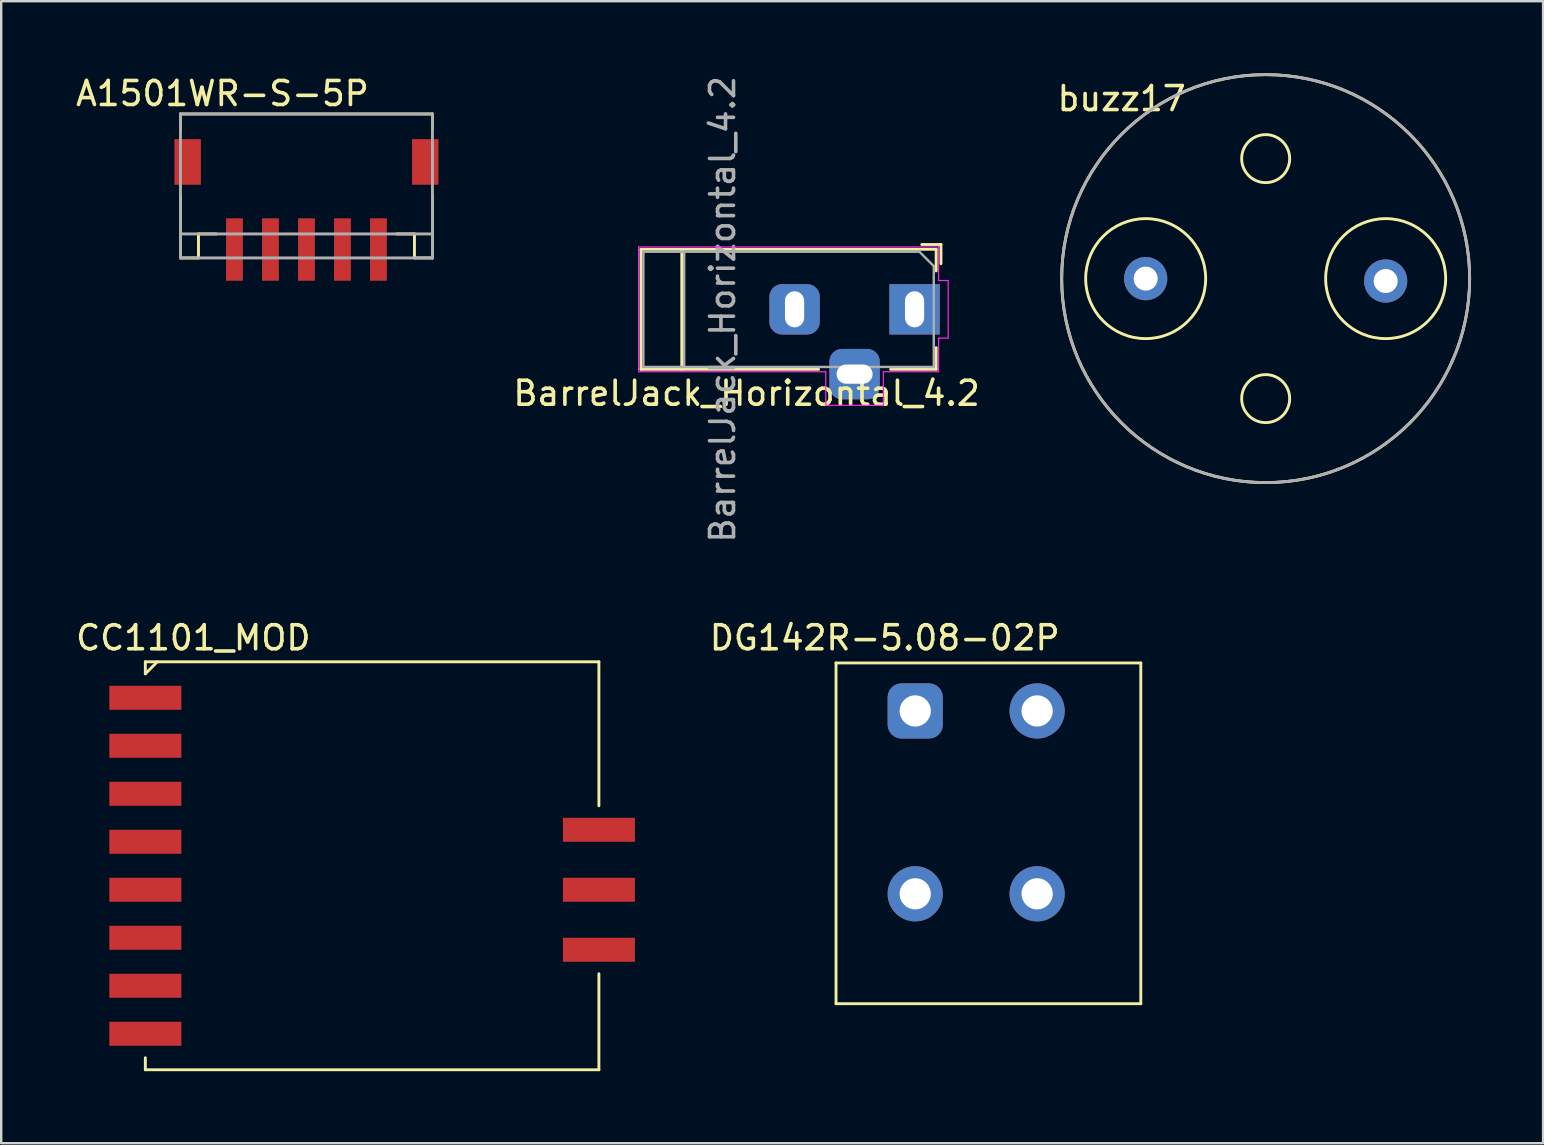
<source format=kicad_pcb>
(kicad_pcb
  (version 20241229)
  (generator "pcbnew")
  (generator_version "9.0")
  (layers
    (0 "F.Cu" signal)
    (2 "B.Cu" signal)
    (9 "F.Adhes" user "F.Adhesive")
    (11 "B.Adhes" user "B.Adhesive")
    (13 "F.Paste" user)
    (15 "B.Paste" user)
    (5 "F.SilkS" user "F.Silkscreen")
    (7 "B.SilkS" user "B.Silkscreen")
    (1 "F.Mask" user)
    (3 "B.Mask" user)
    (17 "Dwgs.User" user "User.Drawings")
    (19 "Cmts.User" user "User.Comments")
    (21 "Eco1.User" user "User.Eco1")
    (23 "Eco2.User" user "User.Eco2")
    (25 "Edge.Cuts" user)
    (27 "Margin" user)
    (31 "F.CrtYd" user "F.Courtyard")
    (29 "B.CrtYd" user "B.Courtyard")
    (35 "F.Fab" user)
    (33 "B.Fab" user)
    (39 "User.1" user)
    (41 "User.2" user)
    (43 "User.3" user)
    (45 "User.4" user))
  (footprint "DG142R-5.08-02P"
    (layer "F.Cu")
    (at 35.087 26.575)
    (property "Reference" "DG142R-5.08-02P" (at -1.27 -3.048 0) (layer "F.SilkS") (effects (font (size 1 1) (thickness 0.15))))
    (attr through_hole)
    (fp_line (start -3.3 -2) (end -3.3 12.2) (stroke (width 0.12) (type solid)) (layer "F.SilkS"))
    (fp_line (start -3.3 -2) (end 9.4 -2) (stroke (width 0.12) (type solid)) (layer "F.SilkS"))
    (fp_line (start -3.3 12.2) (end 9.4 12.2) (stroke (width 0.12) (type solid)) (layer "F.SilkS"))
    (fp_line (start 9.4 12.2) (end 9.4 -2) (stroke (width 0.12) (type solid)) (layer "F.SilkS"))
    (pad "1" thru_hole roundrect (at 0 0) (size 2.3 2.3) (drill 1.3) (layers "*.Cu" "*.Mask") (roundrect_rratio 0.25))
    (pad "1" thru_hole circle (at 0 7.62) (size 2.3 2.3) (drill 1.3) (layers "*.Cu" "*.Mask"))
    (pad "2" thru_hole circle (at 5.08 0) (size 2.3 2.3) (drill 1.3) (layers "*.Cu" "*.Mask"))
    (pad "2" thru_hole circle (at 5.08 7.62) (size 2.3 2.3) (drill 1.3) (layers "*.Cu" "*.Mask")))
  (footprint "CC1101_MOD"
    (layer "F.Cu")
    (at 3.006 24.527)
    (property "Reference" "CC1101_MOD" (at 2 -1 0) (layer "F.SilkS") (effects (font (size 1 1) (thickness 0.15))))
    (attr through_hole)
    (fp_line (start 0 0) (end 18.9 0) (stroke (width 0.12) (type solid)) (layer "F.SilkS"))
    (fp_line (start 0 0.5) (end 0 0) (stroke (width 0.12) (type solid)) (layer "F.SilkS"))
    (fp_line (start 0 0.5) (end 0.5 0) (stroke (width 0.12) (type solid)) (layer "F.SilkS"))
    (fp_line (start 0 17) (end 0 16.5) (stroke (width 0.12) (type solid)) (layer "F.SilkS"))
    (fp_line (start 0 17) (end 18.9 17) (stroke (width 0.12) (type solid)) (layer "F.SilkS"))
    (fp_line (start 18.9 0) (end 18.9 6) (stroke (width 0.12) (type solid)) (layer "F.SilkS"))
    (fp_line (start 18.9 17) (end 18.9 13) (stroke (width 0.12) (type solid)) (layer "F.SilkS"))
    (pad "1" smd rect (at 0 1.5) (size 3 1) (layers "F.Cu" "F.Mask" "F.Paste"))
    (pad "2" smd rect (at 0 3.5) (size 3 1) (layers "F.Cu" "F.Mask" "F.Paste"))
    (pad "3" smd rect (at 0 5.5) (size 3 1) (layers "F.Cu" "F.Mask" "F.Paste"))
    (pad "4" smd rect (at 0 7.5) (size 3 1) (layers "F.Cu" "F.Mask" "F.Paste"))
    (pad "5" smd rect (at 0 9.5) (size 3 1) (layers "F.Cu" "F.Mask" "F.Paste"))
    (pad "6" smd rect (at 0 11.5) (size 3 1) (layers "F.Cu" "F.Mask" "F.Paste"))
    (pad "7" smd rect (at 0 13.5) (size 3 1) (layers "F.Cu" "F.Mask" "F.Paste"))
    (pad "8" smd rect (at 0 15.5) (size 3 1) (layers "F.Cu" "F.Mask" "F.Paste"))
    (pad "9" smd rect (at 18.9 12) (size 3 1) (layers "F.Cu" "F.Mask" "F.Paste"))
    (pad "10" smd rect (at 18.9 9.5) (size 3 1) (layers "F.Cu" "F.Mask" "F.Paste"))
    (pad "11" smd rect (at 18.9 7) (size 3 1) (layers "F.Cu" "F.Mask" "F.Paste")))
  (footprint "A1501WR-S-5P"
    (layer "F.Cu")
    (at 9.72 7.348)
    (property "Reference" "A1501WR-S-5P" (at -3.5 -6.5 0) (layer "F.SilkS") (effects (font (size 1 1) (thickness 0.15))))
    (attr through_hole)
    (fp_line (start -5.25 -5.65) (end -5.25 -5) (stroke (width 0.12) (type solid)) (layer "F.SilkS"))
    (fp_line (start -5.25 -2.25) (end -5.25 0.35) (stroke (width 0.12) (type solid)) (layer "F.SilkS"))
    (fp_line (start -5.25 0.35) (end -4.5 0.35) (stroke (width 0.12) (type solid)) (layer "F.SilkS"))
    (fp_line (start -4.5 -0.65) (end -4.5 0.35) (stroke (width 0.12) (type solid)) (layer "F.SilkS"))
    (fp_line (start -3.75 -0.65) (end -4.5 -0.65) (stroke (width 0.12) (type solid)) (layer "F.SilkS"))
    (fp_line (start 4.5 -0.65) (end 3.75 -0.65) (stroke (width 0.12) (type solid)) (layer "F.SilkS"))
    (fp_line (start 4.5 -0.65) (end 4.5 0.35) (stroke (width 0.12) (type solid)) (layer "F.SilkS"))
    (fp_line (start 5.25 -5.65) (end -5.25 -5.65) (stroke (width 0.12) (type solid)) (layer "F.SilkS"))
    (fp_line (start 5.25 -5) (end 5.25 -5.65) (stroke (width 0.12) (type solid)) (layer "F.SilkS"))
    (fp_line (start 5.25 0.35) (end 4.5 0.35) (stroke (width 0.12) (type solid)) (layer "F.SilkS"))
    (fp_line (start 5.25 0.35) (end 5.25 -2.25) (stroke (width 0.12) (type solid)) (layer "F.SilkS"))
    (fp_line (start -5.25 -5.65) (end -5.25 -0.65) (stroke (width 0.12) (type solid)) (layer "F.Fab"))
    (fp_line (start -5.25 -5.65) (end 5.25 -5.65) (stroke (width 0.12) (type solid)) (layer "F.Fab"))
    (fp_line (start -5.25 -0.65) (end -5.25 0.35) (stroke (width 0.12) (type solid)) (layer "F.Fab"))
    (fp_line (start -5.25 -0.65) (end 5.25 -0.65) (stroke (width 0.12) (type solid)) (layer "F.Fab"))
    (fp_line (start -5.25 0.35) (end 5.25 0.35) (stroke (width 0.12) (type solid)) (layer "F.Fab"))
    (fp_line (start 5.25 -5.65) (end 5.25 -0.65) (stroke (width 0.12) (type solid)) (layer "F.Fab"))
    (fp_line (start 5.25 -0.65) (end 5.25 0.35) (stroke (width 0.12) (type solid)) (layer "F.Fab"))
    (pad "1" smd rect (at -3 0) (size 0.7 2.6) (layers "F.Cu" "F.Mask" "F.Paste"))
    (pad "2" smd rect (at -1.5 0) (size 0.7 2.6) (layers "F.Cu" "F.Mask" "F.Paste"))
    (pad "3" smd rect (at 0 0) (size 0.7 2.6) (layers "F.Cu" "F.Mask" "F.Paste"))
    (pad "4" smd rect (at 1.5 0) (size 0.7 2.6) (layers "F.Cu" "F.Mask" "F.Paste"))
    (pad "5" smd rect (at 3 0) (size 0.7 2.6) (layers "F.Cu" "F.Mask" "F.Paste"))
    (pad "6" smd rect (at -4.95 -3.65) (size 1.1 1.9) (layers "F.Cu" "F.Mask" "F.Paste"))
    (pad "6" smd rect (at 4.95 -3.65) (size 1.1 1.9) (layers "F.Cu" "F.Mask" "F.Paste")))
  (footprint "buzz17"
    (layer "F.Cu")
    (at 49.69 8.56)
    (property "Reference" "buzz17" (at -6 -7.5 0) (layer "F.SilkS") (effects (font (size 1 1) (thickness 0.15))))
    (attr through_hole)
    (fp_circle (center -5 0) (end -2.5 0) (stroke (width 0.12) (type solid)) (fill no) (layer "F.SilkS"))
    (fp_circle (center 0 -5) (end 1 -5) (stroke (width 0.12) (type solid)) (fill no) (layer "F.SilkS"))
    (fp_circle (center 0 0) (end 8.5 0) (stroke (width 0.12) (type solid)) (fill no) (layer "F.SilkS"))
    (fp_circle (center 0 5) (end 1 5) (stroke (width 0.12) (type solid)) (fill no) (layer "F.SilkS"))
    (fp_circle (center 5 0) (end 7.5 0) (stroke (width 0.12) (type solid)) (fill no) (layer "F.SilkS"))
    (fp_circle (center 0 0) (end 8.5 0) (stroke (width 0.12) (type solid)) (fill no) (layer "F.Fab"))
    (pad "1" thru_hole circle (at -5 0) (size 1.8 1.8) (drill 1) (layers "*.Cu" "*.Mask"))
    (pad "2" thru_hole circle (at 5 0.1) (size 1.8 1.8) (drill 1) (layers "*.Cu" "*.Mask")))
  (footprint "BarrelJack_Horizontal_4.2"
    (layer "F.Cu")
    (at 35.06 9.839)
    (property "Reference" "BarrelJack_Horizontal_4.2" (at -7 3.5 0) (layer "F.SilkS") (effects (font (size 1 1) (thickness 0.15))))
    (attr through_hole)
    (fp_line (start -11.4 -2.5) (end 0.9 -2.5) (stroke (width 0.12) (type solid)) (layer "F.SilkS"))
    (fp_line (start -11.4 2.5) (end -11.4 -2.5) (stroke (width 0.12) (type solid)) (layer "F.SilkS"))
    (fp_line (start -9.7 2.5) (end -9.7 -2.5) (stroke (width 0.12) (type solid)) (layer "F.SilkS"))
    (fp_line (start -4 2.5) (end -11.4 2.5) (stroke (width 0.12) (type solid)) (layer "F.SilkS"))
    (fp_line (start 0.9 -2.5) (end 0.9 -1.6) (stroke (width 0.12) (type solid)) (layer "F.SilkS"))
    (fp_line (start 0.9 1.6) (end 0.9 2.5) (stroke (width 0.12) (type solid)) (layer "F.SilkS"))
    (fp_line (start 0.9 2.5) (end -1 2.5) (stroke (width 0.12) (type solid)) (layer "F.SilkS"))
    (fp_line (start 1.1 -2.7) (end 0.3 -2.7) (stroke (width 0.12) (type solid)) (layer "F.SilkS"))
    (fp_line (start 1.1 -2.7) (end 1.1 -1.9) (stroke (width 0.12) (type solid)) (layer "F.SilkS"))
    (fp_line (start -11.5 2.6) (end -11.5 -2.6) (stroke (width 0.05) (type solid)) (layer "F.CrtYd"))
    (fp_line (start -3.7 2.6) (end -11.5 2.6) (stroke (width 0.05) (type solid)) (layer "F.CrtYd"))
    (fp_line (start -3.7 4) (end -3.7 2.6) (stroke (width 0.05) (type solid)) (layer "F.CrtYd"))
    (fp_line (start -1.3 2.6) (end -1.3 4) (stroke (width 0.05) (type solid)) (layer "F.CrtYd"))
    (fp_line (start -1.3 4) (end -3.7 4) (stroke (width 0.05) (type solid)) (layer "F.CrtYd"))
    (fp_line (start 1 -2.6) (end -11.5 -2.6) (stroke (width 0.05) (type solid)) (layer "F.CrtYd"))
    (fp_line (start 1 -2.6) (end 1 -1.2) (stroke (width 0.05) (type solid)) (layer "F.CrtYd"))
    (fp_line (start 1 -1.2) (end 1.4 -1.2) (stroke (width 0.05) (type solid)) (layer "F.CrtYd"))
    (fp_line (start 1 1.2) (end 1 2.6) (stroke (width 0.05) (type solid)) (layer "F.CrtYd"))
    (fp_line (start 1 2.6) (end -1.3 2.6) (stroke (width 0.05) (type solid)) (layer "F.CrtYd"))
    (fp_line (start 1.4 -1.2) (end 1.4 1.2) (stroke (width 0.05) (type solid)) (layer "F.CrtYd"))
    (fp_line (start 1.4 1.2) (end 1 1.2) (stroke (width 0.05) (type solid)) (layer "F.CrtYd"))
    (fp_line (start -11.3 -2.4) (end -11.3 2.4) (stroke (width 0.1) (type solid)) (layer "F.Fab"))
    (fp_line (start -11.3 2.4) (end 0.8 2.4) (stroke (width 0.1) (type solid)) (layer "F.Fab"))
    (fp_line (start -9.6 -2.4) (end -9.6 2.4) (stroke (width 0.1) (type solid)) (layer "F.Fab"))
    (fp_line (start 0.2 -2.4) (end -11.3 -2.4) (stroke (width 0.1) (type solid)) (layer "F.Fab"))
    (fp_line (start 0.2 -2.4) (end 0.8 -1.8) (stroke (width 0.1) (type solid)) (layer "F.Fab"))
    (fp_line (start 0.8 2.4) (end 0.8 -1.8) (stroke (width 0.1) (type solid)) (layer "F.Fab"))
    (fp_text user "${REFERENCE}" (at -8 0 90) (layer "F.Fab") (effects (font (size 1 1) (thickness 0.15))))
    (pad "1" thru_hole rect (at 0 0) (size 2.1 2.1) (drill oval 0.8 1.5) (layers "*.Cu" "*.Mask"))
    (pad "2" thru_hole roundrect (at -5 0) (size 2.1 2.1) (drill oval 0.8 1.5) (layers "*.Cu" "*.Mask") (roundrect_rratio 0.25))
    (pad "3" thru_hole roundrect (at -2.5 2.7) (size 2.1 2.1) (drill oval 1.5 0.8) (layers "*.Cu" "*.Mask") (roundrect_rratio 0.25)))
  (gr_rect
    (start -3 -3)
    (end 61.25 44.587)
    (stroke (width 0.1) (type default))
    (fill no)
    (layer "Edge.Cuts")))
</source>
